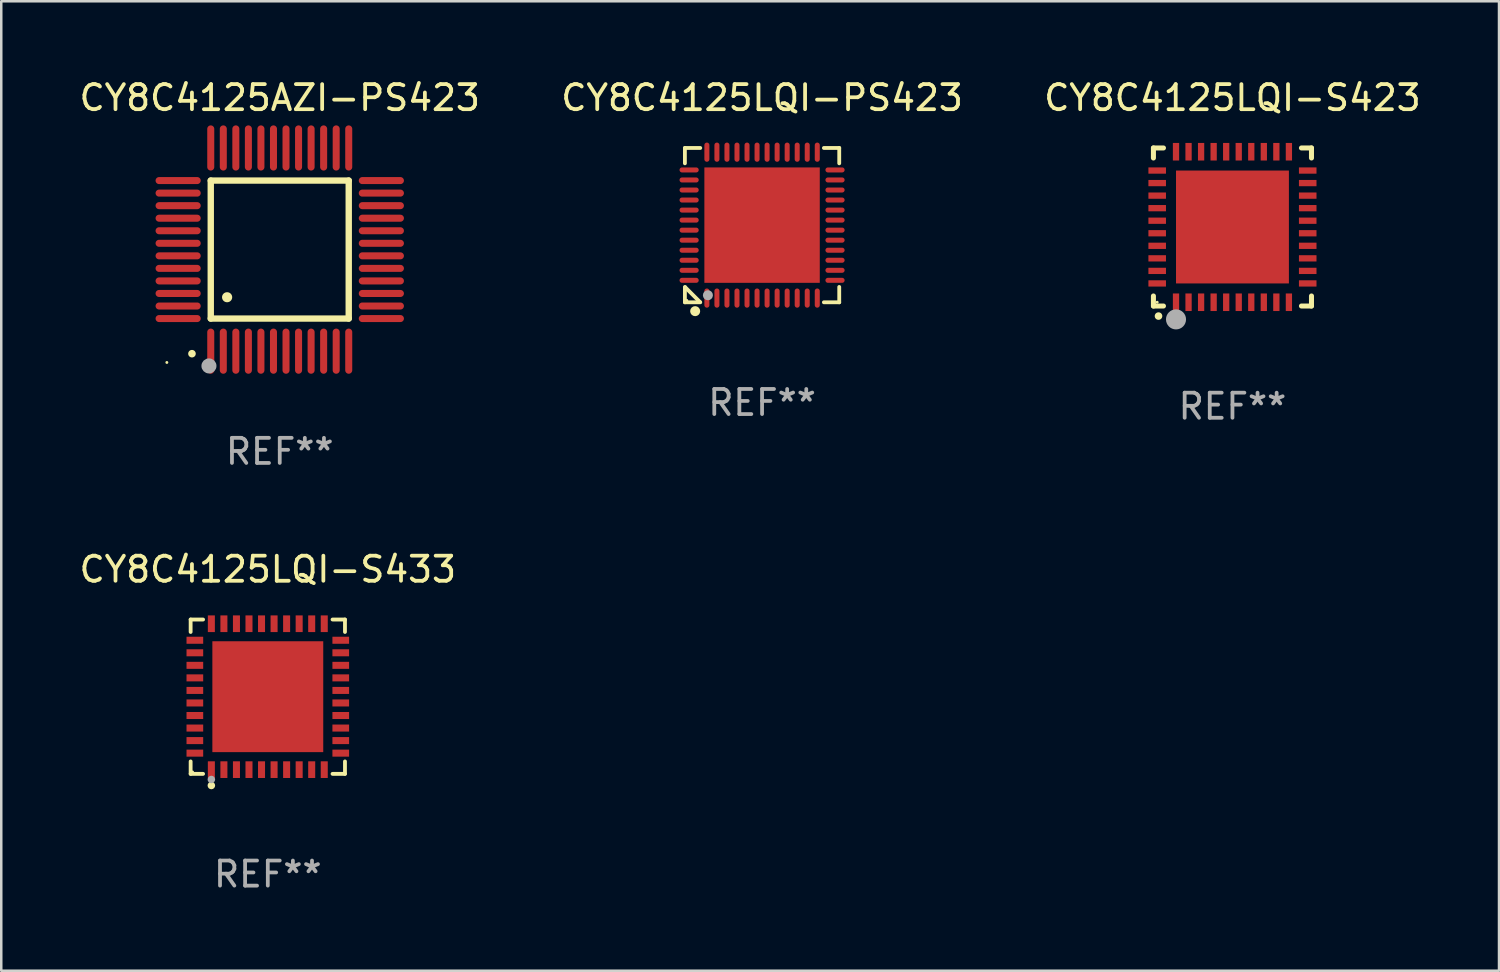
<source format=kicad_pcb>
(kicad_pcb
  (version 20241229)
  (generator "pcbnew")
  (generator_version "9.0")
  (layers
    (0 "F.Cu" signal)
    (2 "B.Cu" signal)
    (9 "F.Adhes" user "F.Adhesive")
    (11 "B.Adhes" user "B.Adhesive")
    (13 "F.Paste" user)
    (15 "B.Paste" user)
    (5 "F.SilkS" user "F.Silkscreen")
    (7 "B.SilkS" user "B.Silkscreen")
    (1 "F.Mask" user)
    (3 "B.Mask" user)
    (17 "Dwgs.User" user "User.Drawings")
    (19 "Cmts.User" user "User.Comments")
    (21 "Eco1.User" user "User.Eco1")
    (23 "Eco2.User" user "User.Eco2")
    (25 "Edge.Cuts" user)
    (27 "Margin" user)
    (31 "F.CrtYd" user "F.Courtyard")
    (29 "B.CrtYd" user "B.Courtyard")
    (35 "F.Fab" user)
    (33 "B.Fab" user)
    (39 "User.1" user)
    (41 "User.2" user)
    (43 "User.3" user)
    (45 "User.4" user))
  (footprint "CY8C4125LQI-S433"
    (layer "F.Cu")
    (at 7.625 24.721)
    (property "Reference" "CY8C4125LQI-S433" (at 0 -5.076 0) (layer "F.SilkS") (effects (font (size 1 1) (thickness 0.15))))
    (attr through_hole)
    (fp_line (start -3.076 -3.076) (end -2.58 -3.076) (stroke (width 0.152) (type solid)) (layer "F.SilkS"))
    (fp_line (start -3.076 -2.58) (end -3.076 -3.076) (stroke (width 0.152) (type solid)) (layer "F.SilkS"))
    (fp_line (start -3.076 2.58) (end -3.076 3.076) (stroke (width 0.152) (type solid)) (layer "F.SilkS"))
    (fp_line (start -3.076 3.076) (end -2.58 3.076) (stroke (width 0.152) (type solid)) (layer "F.SilkS"))
    (fp_line (start 3.076 -3.076) (end 2.58 -3.076) (stroke (width 0.152) (type solid)) (layer "F.SilkS"))
    (fp_line (start 3.076 -2.58) (end 3.076 -3.076) (stroke (width 0.152) (type solid)) (layer "F.SilkS"))
    (fp_line (start 3.076 2.58) (end 3.076 3.076) (stroke (width 0.152) (type solid)) (layer "F.SilkS"))
    (fp_line (start 3.076 3.076) (end 2.58 3.076) (stroke (width 0.152) (type solid)) (layer "F.SilkS"))
    (fp_circle (center -3 3) (end -2.97 3) (stroke (width 0.06) (type solid)) (fill no) (layer "F.SilkS"))
    (fp_circle (center -2.25 3.54) (end -2.175 3.54) (stroke (width 0.15) (type solid)) (fill no) (layer "F.SilkS"))
    (fp_circle (center -2.25 3.3) (end -2.175 3.3) (stroke (width 0.15) (type solid)) (fill no) (layer "F.Fab"))
    (fp_text user "REF**" (at 0 7.076 0) (layer "F.Fab") (effects (font (size 1 1) (thickness 0.15))))
    (pad "1" smd rect (at -2.25 2.908) (size 0.28 0.665) (layers "F.Cu" "F.Mask" "F.Paste"))
    (pad "2" smd rect (at -1.75 2.908) (size 0.28 0.665) (layers "F.Cu" "F.Mask" "F.Paste"))
    (pad "3" smd rect (at -1.25 2.908) (size 0.28 0.665) (layers "F.Cu" "F.Mask" "F.Paste"))
    (pad "4" smd rect (at -0.75 2.908) (size 0.28 0.665) (layers "F.Cu" "F.Mask" "F.Paste"))
    (pad "5" smd rect (at -0.25 2.908) (size 0.28 0.665) (layers "F.Cu" "F.Mask" "F.Paste"))
    (pad "6" smd rect (at 0.25 2.908) (size 0.28 0.665) (layers "F.Cu" "F.Mask" "F.Paste"))
    (pad "7" smd rect (at 0.75 2.908) (size 0.28 0.665) (layers "F.Cu" "F.Mask" "F.Paste"))
    (pad "8" smd rect (at 1.25 2.908) (size 0.28 0.665) (layers "F.Cu" "F.Mask" "F.Paste"))
    (pad "9" smd rect (at 1.75 2.908) (size 0.28 0.665) (layers "F.Cu" "F.Mask" "F.Paste"))
    (pad "10" smd rect (at 2.25 2.908) (size 0.28 0.665) (layers "F.Cu" "F.Mask" "F.Paste"))
    (pad "11" smd rect (at 2.908 2.25) (size 0.665 0.28) (layers "F.Cu" "F.Mask" "F.Paste"))
    (pad "12" smd rect (at 2.908 1.75) (size 0.665 0.28) (layers "F.Cu" "F.Mask" "F.Paste"))
    (pad "13" smd rect (at 2.908 1.25) (size 0.665 0.28) (layers "F.Cu" "F.Mask" "F.Paste"))
    (pad "14" smd rect (at 2.908 0.75) (size 0.665 0.28) (layers "F.Cu" "F.Mask" "F.Paste"))
    (pad "15" smd rect (at 2.908 0.25) (size 0.665 0.28) (layers "F.Cu" "F.Mask" "F.Paste"))
    (pad "16" smd rect (at 2.908 -0.25) (size 0.665 0.28) (layers "F.Cu" "F.Mask" "F.Paste"))
    (pad "17" smd rect (at 2.908 -0.75) (size 0.665 0.28) (layers "F.Cu" "F.Mask" "F.Paste"))
    (pad "18" smd rect (at 2.908 -1.25) (size 0.665 0.28) (layers "F.Cu" "F.Mask" "F.Paste"))
    (pad "19" smd rect (at 2.908 -1.75) (size 0.665 0.28) (layers "F.Cu" "F.Mask" "F.Paste"))
    (pad "20" smd rect (at 2.908 -2.25) (size 0.665 0.28) (layers "F.Cu" "F.Mask" "F.Paste"))
    (pad "21" smd rect (at 2.25 -2.908) (size 0.28 0.665) (layers "F.Cu" "F.Mask" "F.Paste"))
    (pad "22" smd rect (at 1.75 -2.908) (size 0.28 0.665) (layers "F.Cu" "F.Mask" "F.Paste"))
    (pad "23" smd rect (at 1.25 -2.908) (size 0.28 0.665) (layers "F.Cu" "F.Mask" "F.Paste"))
    (pad "24" smd rect (at 0.75 -2.908) (size 0.28 0.665) (layers "F.Cu" "F.Mask" "F.Paste"))
    (pad "25" smd rect (at 0.25 -2.908) (size 0.28 0.665) (layers "F.Cu" "F.Mask" "F.Paste"))
    (pad "26" smd rect (at -0.25 -2.908) (size 0.28 0.665) (layers "F.Cu" "F.Mask" "F.Paste"))
    (pad "27" smd rect (at -0.75 -2.908) (size 0.28 0.665) (layers "F.Cu" "F.Mask" "F.Paste"))
    (pad "28" smd rect (at -1.25 -2.908) (size 0.28 0.665) (layers "F.Cu" "F.Mask" "F.Paste"))
    (pad "29" smd rect (at -1.75 -2.908) (size 0.28 0.665) (layers "F.Cu" "F.Mask" "F.Paste"))
    (pad "30" smd rect (at -2.25 -2.908) (size 0.28 0.665) (layers "F.Cu" "F.Mask" "F.Paste"))
    (pad "31" smd rect (at -2.908 -2.25) (size 0.665 0.28) (layers "F.Cu" "F.Mask" "F.Paste"))
    (pad "32" smd rect (at -2.908 -1.75) (size 0.665 0.28) (layers "F.Cu" "F.Mask" "F.Paste"))
    (pad "33" smd rect (at -2.908 -1.25) (size 0.665 0.28) (layers "F.Cu" "F.Mask" "F.Paste"))
    (pad "34" smd rect (at -2.908 -0.75) (size 0.665 0.28) (layers "F.Cu" "F.Mask" "F.Paste"))
    (pad "35" smd rect (at -2.908 -0.25) (size 0.665 0.28) (layers "F.Cu" "F.Mask" "F.Paste"))
    (pad "36" smd rect (at -2.908 0.25) (size 0.665 0.28) (layers "F.Cu" "F.Mask" "F.Paste"))
    (pad "37" smd rect (at -2.908 0.75) (size 0.665 0.28) (layers "F.Cu" "F.Mask" "F.Paste"))
    (pad "38" smd rect (at -2.908 1.25) (size 0.665 0.28) (layers "F.Cu" "F.Mask" "F.Paste"))
    (pad "39" smd rect (at -2.908 1.75) (size 0.665 0.28) (layers "F.Cu" "F.Mask" "F.Paste"))
    (pad "40" smd rect (at -2.908 2.25) (size 0.665 0.28) (layers "F.Cu" "F.Mask" "F.Paste"))
    (pad "41" smd rect (at 0 0) (size 4.42 4.42) (layers "F.Cu" "F.Mask" "F.Paste")))
  (footprint "CY8C4125AZI-PS423"
    (layer "F.Cu")
    (at 8.101 6.898)
    (property "Reference" "CY8C4125AZI-PS423" (at 0 -6.05 0) (layer "F.SilkS") (effects (font (size 1 1) (thickness 0.15))))
    (attr through_hole)
    (fp_line (start -2.75 -2.75) (end 2.75 -2.75) (stroke (width 0.254) (type solid)) (layer "F.SilkS"))
    (fp_line (start -2.75 2.75) (end -2.75 -2.75) (stroke (width 0.254) (type solid)) (layer "F.SilkS"))
    (fp_line (start 2.75 -2.75) (end 2.75 2.75) (stroke (width 0.254) (type solid)) (layer "F.SilkS"))
    (fp_line (start 2.75 2.75) (end -2.75 2.75) (stroke (width 0.254) (type solid)) (layer "F.SilkS"))
    (fp_arc (start -3.500127 4.150368) (mid -3.498857 4.150363) (end -3.497587 4.150368) (stroke (width 0.3) (type solid)) (layer "F.SilkS"))
    (fp_arc (start -2.100584 1.899924) (mid -2.098044 1.899908) (end -2.095504 1.899924) (stroke (width 0.4) (type solid)) (layer "F.SilkS"))
    (fp_circle (center -4.5 4.5) (end -4.47 4.5) (stroke (width 0.06) (type solid)) (fill no) (layer "F.SilkS"))
    (fp_circle (center -2.822 4.638) (end -2.672 4.638) (stroke (width 0.3) (type solid)) (fill no) (layer "F.Fab"))
    (fp_text user "REF**" (at 0 8.05 0) (layer "F.Fab") (effects (font (size 1 1) (thickness 0.15))))
    (pad "1" smd oval (at -2.75 4.05) (size 0.28 1.8) (layers "F.Cu" "F.Mask" "F.Paste"))
    (pad "2" smd oval (at -2.25 4.05) (size 0.28 1.8) (layers "F.Cu" "F.Mask" "F.Paste"))
    (pad "3" smd oval (at -1.75 4.05) (size 0.28 1.8) (layers "F.Cu" "F.Mask" "F.Paste"))
    (pad "4" smd oval (at -1.25 4.05) (size 0.28 1.8) (layers "F.Cu" "F.Mask" "F.Paste"))
    (pad "5" smd oval (at -0.75 4.05) (size 0.28 1.8) (layers "F.Cu" "F.Mask" "F.Paste"))
    (pad "6" smd oval (at -0.25 4.05) (size 0.28 1.8) (layers "F.Cu" "F.Mask" "F.Paste"))
    (pad "7" smd oval (at 0.25 4.05) (size 0.28 1.8) (layers "F.Cu" "F.Mask" "F.Paste"))
    (pad "8" smd oval (at 0.75 4.05) (size 0.28 1.8) (layers "F.Cu" "F.Mask" "F.Paste"))
    (pad "9" smd oval (at 1.25 4.05) (size 0.28 1.8) (layers "F.Cu" "F.Mask" "F.Paste"))
    (pad "10" smd oval (at 1.75 4.05) (size 0.28 1.8) (layers "F.Cu" "F.Mask" "F.Paste"))
    (pad "11" smd oval (at 2.25 4.05) (size 0.28 1.8) (layers "F.Cu" "F.Mask" "F.Paste"))
    (pad "12" smd oval (at 2.75 4.05) (size 0.28 1.8) (layers "F.Cu" "F.Mask" "F.Paste"))
    (pad "13" smd oval (at 4.05 2.75) (size 1.8 0.28) (layers "F.Cu" "F.Mask" "F.Paste"))
    (pad "14" smd oval (at 4.05 2.25) (size 1.8 0.28) (layers "F.Cu" "F.Mask" "F.Paste"))
    (pad "15" smd oval (at 4.05 1.75) (size 1.8 0.28) (layers "F.Cu" "F.Mask" "F.Paste"))
    (pad "16" smd oval (at 4.05 1.25) (size 1.8 0.28) (layers "F.Cu" "F.Mask" "F.Paste"))
    (pad "17" smd oval (at 4.05 0.75) (size 1.8 0.28) (layers "F.Cu" "F.Mask" "F.Paste"))
    (pad "18" smd oval (at 4.05 0.25) (size 1.8 0.28) (layers "F.Cu" "F.Mask" "F.Paste"))
    (pad "19" smd oval (at 4.05 -0.25) (size 1.8 0.28) (layers "F.Cu" "F.Mask" "F.Paste"))
    (pad "20" smd oval (at 4.05 -0.75) (size 1.8 0.28) (layers "F.Cu" "F.Mask" "F.Paste"))
    (pad "21" smd oval (at 4.05 -1.25) (size 1.8 0.28) (layers "F.Cu" "F.Mask" "F.Paste"))
    (pad "22" smd oval (at 4.05 -1.75) (size 1.8 0.28) (layers "F.Cu" "F.Mask" "F.Paste"))
    (pad "23" smd oval (at 4.05 -2.25) (size 1.8 0.28) (layers "F.Cu" "F.Mask" "F.Paste"))
    (pad "24" smd oval (at 4.05 -2.75) (size 1.8 0.28) (layers "F.Cu" "F.Mask" "F.Paste"))
    (pad "25" smd oval (at 2.75 -4.05) (size 0.28 1.8) (layers "F.Cu" "F.Mask" "F.Paste"))
    (pad "26" smd oval (at 2.25 -4.05) (size 0.28 1.8) (layers "F.Cu" "F.Mask" "F.Paste"))
    (pad "27" smd oval (at 1.75 -4.05) (size 0.28 1.8) (layers "F.Cu" "F.Mask" "F.Paste"))
    (pad "28" smd oval (at 1.25 -4.05) (size 0.28 1.8) (layers "F.Cu" "F.Mask" "F.Paste"))
    (pad "29" smd oval (at 0.75 -4.05) (size 0.28 1.8) (layers "F.Cu" "F.Mask" "F.Paste"))
    (pad "30" smd oval (at 0.25 -4.05) (size 0.28 1.8) (layers "F.Cu" "F.Mask" "F.Paste"))
    (pad "31" smd oval (at -0.25 -4.05) (size 0.28 1.8) (layers "F.Cu" "F.Mask" "F.Paste"))
    (pad "32" smd oval (at -0.75 -4.05) (size 0.28 1.8) (layers "F.Cu" "F.Mask" "F.Paste"))
    (pad "33" smd oval (at -1.25 -4.05) (size 0.28 1.8) (layers "F.Cu" "F.Mask" "F.Paste"))
    (pad "34" smd oval (at -1.75 -4.05) (size 0.28 1.8) (layers "F.Cu" "F.Mask" "F.Paste"))
    (pad "35" smd oval (at -2.25 -4.05) (size 0.28 1.8) (layers "F.Cu" "F.Mask" "F.Paste"))
    (pad "36" smd oval (at -2.75 -4.05) (size 0.28 1.8) (layers "F.Cu" "F.Mask" "F.Paste"))
    (pad "37" smd oval (at -4.05 -2.75) (size 1.8 0.28) (layers "F.Cu" "F.Mask" "F.Paste"))
    (pad "38" smd oval (at -4.05 -2.25) (size 1.8 0.28) (layers "F.Cu" "F.Mask" "F.Paste"))
    (pad "39" smd oval (at -4.05 -1.75) (size 1.8 0.28) (layers "F.Cu" "F.Mask" "F.Paste"))
    (pad "40" smd oval (at -4.05 -1.25) (size 1.8 0.28) (layers "F.Cu" "F.Mask" "F.Paste"))
    (pad "41" smd oval (at -4.05 -0.75) (size 1.8 0.28) (layers "F.Cu" "F.Mask" "F.Paste"))
    (pad "42" smd oval (at -4.05 -0.25) (size 1.8 0.28) (layers "F.Cu" "F.Mask" "F.Paste"))
    (pad "43" smd oval (at -4.05 0.25) (size 1.8 0.28) (layers "F.Cu" "F.Mask" "F.Paste"))
    (pad "44" smd oval (at -4.05 0.75) (size 1.8 0.28) (layers "F.Cu" "F.Mask" "F.Paste"))
    (pad "45" smd oval (at -4.05 1.25) (size 1.8 0.28) (layers "F.Cu" "F.Mask" "F.Paste"))
    (pad "46" smd oval (at -4.05 1.75) (size 1.8 0.28) (layers "F.Cu" "F.Mask" "F.Paste"))
    (pad "47" smd oval (at -4.05 2.25) (size 1.8 0.28) (layers "F.Cu" "F.Mask" "F.Paste"))
    (pad "48" smd oval (at -4.05 2.75) (size 1.8 0.28) (layers "F.Cu" "F.Mask" "F.Paste")))
  (footprint "CY8C4125LQI-PS423"
    (layer "F.Cu")
    (at 27.327 5.924)
    (property "Reference" "CY8C4125LQI-PS423" (at 0 -5.076 0) (layer "F.SilkS") (effects (font (size 1 1) (thickness 0.15))))
    (attr through_hole)
    (fp_line (start -3.076 -3.076) (end -3.076 -2.464) (stroke (width 0.152) (type solid)) (layer "F.SilkS"))
    (fp_line (start -3.076 3.076) (end -3.076 2.464) (stroke (width 0.152) (type solid)) (layer "F.SilkS"))
    (fp_line (start -3.061 2.479) (end -2.479 3.061) (stroke (width 0.152) (type solid)) (layer "F.SilkS"))
    (fp_line (start -2.464 -3.076) (end -3.076 -3.076) (stroke (width 0.152) (type solid)) (layer "F.SilkS"))
    (fp_line (start -2.464 3.076) (end -3.076 3.076) (stroke (width 0.152) (type solid)) (layer "F.SilkS"))
    (fp_line (start 2.464 -3.076) (end 3.076 -3.076) (stroke (width 0.152) (type solid)) (layer "F.SilkS"))
    (fp_line (start 2.464 3.076) (end 3.076 3.076) (stroke (width 0.152) (type solid)) (layer "F.SilkS"))
    (fp_line (start 3.076 -3.076) (end 3.076 -2.464) (stroke (width 0.152) (type solid)) (layer "F.SilkS"))
    (fp_line (start 3.076 3.076) (end 3.076 2.464) (stroke (width 0.152) (type solid)) (layer "F.SilkS"))
    (fp_circle (center -3 3) (end -2.97 3) (stroke (width 0.06) (type solid)) (fill no) (layer "F.SilkS"))
    (fp_circle (center -2.667 3.429) (end -2.567 3.429) (stroke (width 0.2) (type solid)) (fill no) (layer "F.SilkS"))
    (fp_circle (center -2.159 2.794) (end -2.059 2.794) (stroke (width 0.2) (type solid)) (fill no) (layer "F.Fab"))
    (fp_text user "REF**" (at 0 7.076 0) (layer "F.Fab") (effects (font (size 1 1) (thickness 0.15))))
    (pad "1" smd oval (at -2.2 2.908 90) (size 0.765 0.2) (layers "F.Cu" "F.Mask" "F.Paste"))
    (pad "2" smd oval (at -1.8 2.908 90) (size 0.765 0.2) (layers "F.Cu" "F.Mask" "F.Paste"))
    (pad "3" smd oval (at -1.4 2.908 90) (size 0.765 0.2) (layers "F.Cu" "F.Mask" "F.Paste"))
    (pad "4" smd oval (at -1 2.908 90) (size 0.765 0.2) (layers "F.Cu" "F.Mask" "F.Paste"))
    (pad "5" smd oval (at -0.6 2.908 90) (size 0.765 0.2) (layers "F.Cu" "F.Mask" "F.Paste"))
    (pad "6" smd oval (at -0.2 2.908 90) (size 0.765 0.2) (layers "F.Cu" "F.Mask" "F.Paste"))
    (pad "7" smd oval (at 0.2 2.908 90) (size 0.765 0.2) (layers "F.Cu" "F.Mask" "F.Paste"))
    (pad "8" smd oval (at 0.6 2.908 90) (size 0.765 0.2) (layers "F.Cu" "F.Mask" "F.Paste"))
    (pad "9" smd oval (at 1 2.908 90) (size 0.765 0.2) (layers "F.Cu" "F.Mask" "F.Paste"))
    (pad "10" smd oval (at 1.4 2.908 90) (size 0.765 0.2) (layers "F.Cu" "F.Mask" "F.Paste"))
    (pad "11" smd oval (at 1.8 2.908 90) (size 0.765 0.2) (layers "F.Cu" "F.Mask" "F.Paste"))
    (pad "12" smd oval (at 2.2 2.908 90) (size 0.765 0.2) (layers "F.Cu" "F.Mask" "F.Paste"))
    (pad "13" smd oval (at 2.908 2.2 90) (size 0.2 0.765) (layers "F.Cu" "F.Mask" "F.Paste"))
    (pad "14" smd oval (at 2.908 1.8 90) (size 0.2 0.765) (layers "F.Cu" "F.Mask" "F.Paste"))
    (pad "15" smd oval (at 2.908 1.4 90) (size 0.2 0.765) (layers "F.Cu" "F.Mask" "F.Paste"))
    (pad "16" smd oval (at 2.908 1 90) (size 0.2 0.765) (layers "F.Cu" "F.Mask" "F.Paste"))
    (pad "17" smd oval (at 2.908 0.6 90) (size 0.2 0.765) (layers "F.Cu" "F.Mask" "F.Paste"))
    (pad "18" smd oval (at 2.908 0.2 90) (size 0.2 0.765) (layers "F.Cu" "F.Mask" "F.Paste"))
    (pad "19" smd oval (at 2.908 -0.2 90) (size 0.2 0.765) (layers "F.Cu" "F.Mask" "F.Paste"))
    (pad "20" smd oval (at 2.908 -0.6 90) (size 0.2 0.765) (layers "F.Cu" "F.Mask" "F.Paste"))
    (pad "21" smd oval (at 2.908 -1 90) (size 0.2 0.765) (layers "F.Cu" "F.Mask" "F.Paste"))
    (pad "22" smd oval (at 2.908 -1.4 90) (size 0.2 0.765) (layers "F.Cu" "F.Mask" "F.Paste"))
    (pad "23" smd oval (at 2.908 -1.8 90) (size 0.2 0.765) (layers "F.Cu" "F.Mask" "F.Paste"))
    (pad "24" smd oval (at 2.908 -2.2 90) (size 0.2 0.765) (layers "F.Cu" "F.Mask" "F.Paste"))
    (pad "25" smd oval (at 2.2 -2.908 90) (size 0.765 0.2) (layers "F.Cu" "F.Mask" "F.Paste"))
    (pad "26" smd oval (at 1.8 -2.908 90) (size 0.765 0.2) (layers "F.Cu" "F.Mask" "F.Paste"))
    (pad "27" smd oval (at 1.4 -2.908 90) (size 0.765 0.2) (layers "F.Cu" "F.Mask" "F.Paste"))
    (pad "28" smd oval (at 1 -2.908 90) (size 0.765 0.2) (layers "F.Cu" "F.Mask" "F.Paste"))
    (pad "29" smd oval (at 0.6 -2.908 90) (size 0.765 0.2) (layers "F.Cu" "F.Mask" "F.Paste"))
    (pad "30" smd oval (at 0.2 -2.908 90) (size 0.765 0.2) (layers "F.Cu" "F.Mask" "F.Paste"))
    (pad "31" smd oval (at -0.2 -2.908 90) (size 0.765 0.2) (layers "F.Cu" "F.Mask" "F.Paste"))
    (pad "32" smd oval (at -0.6 -2.908 90) (size 0.765 0.2) (layers "F.Cu" "F.Mask" "F.Paste"))
    (pad "33" smd oval (at -1 -2.908 90) (size 0.765 0.2) (layers "F.Cu" "F.Mask" "F.Paste"))
    (pad "34" smd oval (at -1.4 -2.908 90) (size 0.765 0.2) (layers "F.Cu" "F.Mask" "F.Paste"))
    (pad "35" smd oval (at -1.8 -2.908 90) (size 0.765 0.2) (layers "F.Cu" "F.Mask" "F.Paste"))
    (pad "36" smd oval (at -2.2 -2.908 90) (size 0.765 0.2) (layers "F.Cu" "F.Mask" "F.Paste"))
    (pad "37" smd oval (at -2.908 -2.2 90) (size 0.2 0.765) (layers "F.Cu" "F.Mask" "F.Paste"))
    (pad "38" smd oval (at -2.908 -1.8 90) (size 0.2 0.765) (layers "F.Cu" "F.Mask" "F.Paste"))
    (pad "39" smd oval (at -2.908 -1.4 90) (size 0.2 0.765) (layers "F.Cu" "F.Mask" "F.Paste"))
    (pad "40" smd oval (at -2.908 -1 90) (size 0.2 0.765) (layers "F.Cu" "F.Mask" "F.Paste"))
    (pad "41" smd oval (at -2.908 -0.6 90) (size 0.2 0.765) (layers "F.Cu" "F.Mask" "F.Paste"))
    (pad "42" smd oval (at -2.908 -0.2 90) (size 0.2 0.765) (layers "F.Cu" "F.Mask" "F.Paste"))
    (pad "43" smd oval (at -2.908 0.2 90) (size 0.2 0.765) (layers "F.Cu" "F.Mask" "F.Paste"))
    (pad "44" smd oval (at -2.908 0.6 90) (size 0.2 0.765) (layers "F.Cu" "F.Mask" "F.Paste"))
    (pad "45" smd oval (at -2.908 1 90) (size 0.2 0.765) (layers "F.Cu" "F.Mask" "F.Paste"))
    (pad "46" smd oval (at -2.908 1.4 90) (size 0.2 0.765) (layers "F.Cu" "F.Mask" "F.Paste"))
    (pad "47" smd oval (at -2.908 1.8 90) (size 0.2 0.765) (layers "F.Cu" "F.Mask" "F.Paste"))
    (pad "48" smd oval (at -2.908 2.2 90) (size 0.2 0.765) (layers "F.Cu" "F.Mask" "F.Paste"))
    (pad "49" smd rect (at 0 0 90) (size 4.6 4.6) (layers "F.Cu" "F.Mask" "F.Paste")))
  (footprint "CY8C4125LQI-S423"
    (layer "F.Cu")
    (at 46.077 5.998)
    (property "Reference" "CY8C4125LQI-S423" (at 0 -5.15 0) (layer "F.SilkS") (effects (font (size 1 1) (thickness 0.15))))
    (attr through_hole)
    (fp_line (start -3.15 -3.15) (end -2.75 -3.15) (stroke (width 0.2) (type solid)) (layer "F.SilkS"))
    (fp_line (start -3.15 -2.75) (end -3.15 -3.15) (stroke (width 0.2) (type solid)) (layer "F.SilkS"))
    (fp_line (start -3.15 3.15) (end -3.15 2.75) (stroke (width 0.2) (type solid)) (layer "F.SilkS"))
    (fp_line (start -2.75 3.15) (end -3.15 3.15) (stroke (width 0.2) (type solid)) (layer "F.SilkS"))
    (fp_line (start 3.15 -3.15) (end 2.75 -3.15) (stroke (width 0.2) (type solid)) (layer "F.SilkS"))
    (fp_line (start 3.15 -2.75) (end 3.15 -3.15) (stroke (width 0.2) (type solid)) (layer "F.SilkS"))
    (fp_line (start 3.15 2.75) (end 3.15 3.15) (stroke (width 0.2) (type solid)) (layer "F.SilkS"))
    (fp_line (start 3.15 3.15) (end 2.75 3.15) (stroke (width 0.2) (type solid)) (layer "F.SilkS"))
    (fp_arc (start -2.94892 3.550927) (mid -2.94765 3.550922) (end -2.94638 3.550927) (stroke (width 0.3) (type solid)) (layer "F.SilkS"))
    (fp_circle (center -3 3) (end -2.97 3) (stroke (width 0.06) (type solid)) (fill no) (layer "F.SilkS"))
    (fp_circle (center -2.25 3.683) (end -2.05 3.683) (stroke (width 0.4) (type solid)) (fill no) (layer "F.Fab"))
    (fp_text user "REF**" (at 0 7.15 0) (layer "F.Fab") (effects (font (size 1 1) (thickness 0.15))))
    (pad "1" smd rect (at -2.25 3 180) (size 0.25 0.7) (layers "F.Cu" "F.Mask" "F.Paste"))
    (pad "2" smd rect (at -1.75 3 180) (size 0.25 0.7) (layers "F.Cu" "F.Mask" "F.Paste"))
    (pad "3" smd rect (at -1.25 3 180) (size 0.25 0.7) (layers "F.Cu" "F.Mask" "F.Paste"))
    (pad "4" smd rect (at -0.75 3 180) (size 0.25 0.7) (layers "F.Cu" "F.Mask" "F.Paste"))
    (pad "5" smd rect (at -0.25 3 180) (size 0.25 0.7) (layers "F.Cu" "F.Mask" "F.Paste"))
    (pad "6" smd rect (at 0.25 3 180) (size 0.25 0.7) (layers "F.Cu" "F.Mask" "F.Paste"))
    (pad "7" smd rect (at 0.75 3 180) (size 0.25 0.7) (layers "F.Cu" "F.Mask" "F.Paste"))
    (pad "8" smd rect (at 1.25 3 180) (size 0.25 0.7) (layers "F.Cu" "F.Mask" "F.Paste"))
    (pad "9" smd rect (at 1.75 3 180) (size 0.25 0.7) (layers "F.Cu" "F.Mask" "F.Paste"))
    (pad "10" smd rect (at 2.25 3 180) (size 0.25 0.7) (layers "F.Cu" "F.Mask" "F.Paste"))
    (pad "11" smd rect (at 3 2.25 90) (size 0.25 0.7) (layers "F.Cu" "F.Mask" "F.Paste"))
    (pad "12" smd rect (at 3 1.75 90) (size 0.25 0.7) (layers "F.Cu" "F.Mask" "F.Paste"))
    (pad "13" smd rect (at 3 1.25 90) (size 0.25 0.7) (layers "F.Cu" "F.Mask" "F.Paste"))
    (pad "14" smd rect (at 3 0.75 90) (size 0.25 0.7) (layers "F.Cu" "F.Mask" "F.Paste"))
    (pad "15" smd rect (at 3 0.25 90) (size 0.25 0.7) (layers "F.Cu" "F.Mask" "F.Paste"))
    (pad "16" smd rect (at 3 -0.25 90) (size 0.25 0.7) (layers "F.Cu" "F.Mask" "F.Paste"))
    (pad "17" smd rect (at 3 -0.75 90) (size 0.25 0.7) (layers "F.Cu" "F.Mask" "F.Paste"))
    (pad "18" smd rect (at 3 -1.25 90) (size 0.25 0.7) (layers "F.Cu" "F.Mask" "F.Paste"))
    (pad "19" smd rect (at 3 -1.75 90) (size 0.25 0.7) (layers "F.Cu" "F.Mask" "F.Paste"))
    (pad "20" smd rect (at 3 -2.25 90) (size 0.25 0.7) (layers "F.Cu" "F.Mask" "F.Paste"))
    (pad "21" smd rect (at 2.25 -3 180) (size 0.25 0.7) (layers "F.Cu" "F.Mask" "F.Paste"))
    (pad "22" smd rect (at 1.75 -3 180) (size 0.25 0.7) (layers "F.Cu" "F.Mask" "F.Paste"))
    (pad "23" smd rect (at 1.25 -3 180) (size 0.25 0.7) (layers "F.Cu" "F.Mask" "F.Paste"))
    (pad "24" smd rect (at 0.75 -3 180) (size 0.25 0.7) (layers "F.Cu" "F.Mask" "F.Paste"))
    (pad "25" smd rect (at 0.25 -3 180) (size 0.25 0.7) (layers "F.Cu" "F.Mask" "F.Paste"))
    (pad "26" smd rect (at -0.25 -3 180) (size 0.25 0.7) (layers "F.Cu" "F.Mask" "F.Paste"))
    (pad "27" smd rect (at -0.75 -3 180) (size 0.25 0.7) (layers "F.Cu" "F.Mask" "F.Paste"))
    (pad "28" smd rect (at -1.25 -3 180) (size 0.25 0.7) (layers "F.Cu" "F.Mask" "F.Paste"))
    (pad "29" smd rect (at -1.75 -3 180) (size 0.25 0.7) (layers "F.Cu" "F.Mask" "F.Paste"))
    (pad "30" smd rect (at -2.25 -3 180) (size 0.25 0.7) (layers "F.Cu" "F.Mask" "F.Paste"))
    (pad "31" smd rect (at -3 -2.25 90) (size 0.25 0.7) (layers "F.Cu" "F.Mask" "F.Paste"))
    (pad "32" smd rect (at -3 -1.75 90) (size 0.25 0.7) (layers "F.Cu" "F.Mask" "F.Paste"))
    (pad "33" smd rect (at -3 -1.25 90) (size 0.25 0.7) (layers "F.Cu" "F.Mask" "F.Paste"))
    (pad "34" smd rect (at -3 -0.75 90) (size 0.25 0.7) (layers "F.Cu" "F.Mask" "F.Paste"))
    (pad "35" smd rect (at -3 -0.25 90) (size 0.25 0.7) (layers "F.Cu" "F.Mask" "F.Paste"))
    (pad "36" smd rect (at -3 0.25 90) (size 0.25 0.7) (layers "F.Cu" "F.Mask" "F.Paste"))
    (pad "37" smd rect (at -3 0.75 90) (size 0.25 0.7) (layers "F.Cu" "F.Mask" "F.Paste"))
    (pad "38" smd rect (at -3 1.25 90) (size 0.25 0.7) (layers "F.Cu" "F.Mask" "F.Paste"))
    (pad "39" smd rect (at -3 1.75 90) (size 0.25 0.7) (layers "F.Cu" "F.Mask" "F.Paste"))
    (pad "40" smd rect (at -3 2.25 90) (size 0.25 0.7) (layers "F.Cu" "F.Mask" "F.Paste"))
    (pad "41" smd rect (at 0.000102 0.000076 90) (size 4.5 4.5) (layers "F.Cu" "F.Mask" "F.Paste")))
  (gr_rect
    (start -3 -3)
    (end 56.702 35.645)
    (stroke (width 0.1) (type default))
    (fill no)
    (layer "Edge.Cuts")))
</source>
